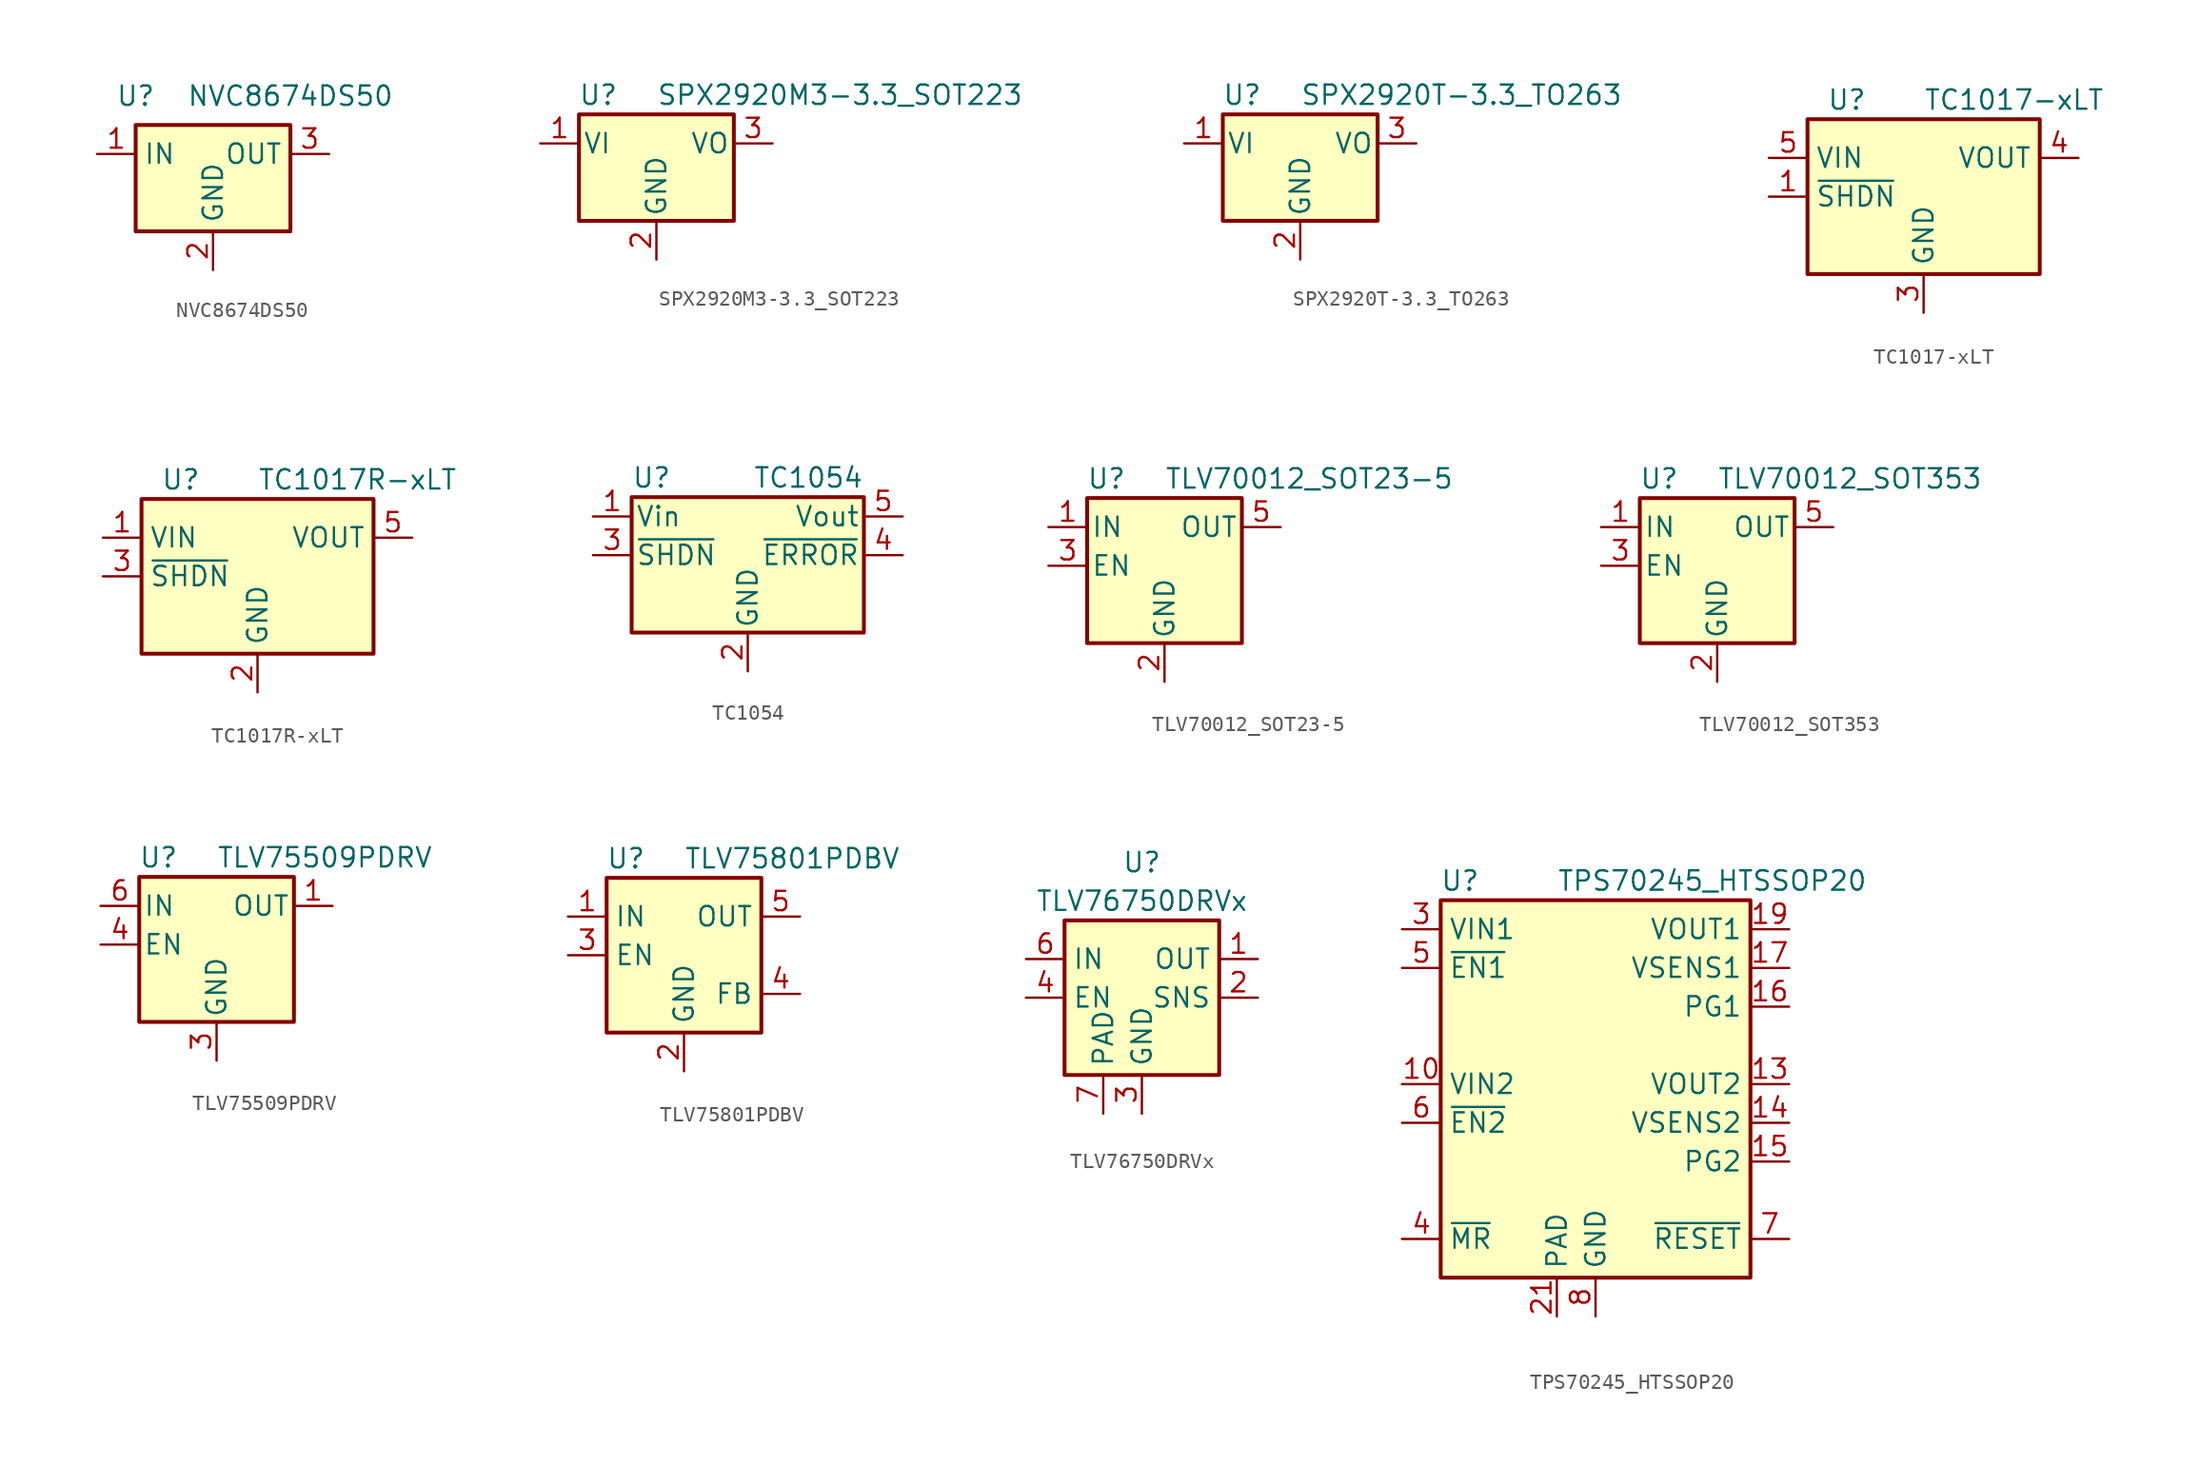
<source format=kicad_sym>
(kicad_symbol_lib
  (version 20211014)
  (generator kicad_symbol_editor)
  (symbol "NVC8674DS50"
    (property "Reference" "U"
      (at -5.08 3.81 0)
      (effects (font (size 1.27 1.27))))
    (property "Value" "NVC8674DS50"
      (at 5.08 3.81 0)
      (effects (font (size 1.27 1.27))))
    (symbol "NVC8674DS50_1_1"
      (rectangle (start -5.08 1.905) (end 5.08 -5.08) (stroke (width 0.254) (type default) (color 0 0 0 0)) (fill (type background)))
      (pin power_in line (at -7.62 0 0) (length 2.54) (name "IN" (effects (font (size 1.27 1.27)))) (number "1" (effects (font (size 1.27 1.27)))))
      (pin power_in line (at 0 -7.62 90) (length 2.54) (name "GND" (effects (font (size 1.27 1.27)))) (number "2" (effects (font (size 1.27 1.27)))))
      (pin power_out line (at 7.62 0 180) (length 2.54) (name "OUT" (effects (font (size 1.27 1.27)))) (number "3" (effects (font (size 1.27 1.27)))))))
  (symbol "SPX2920M3-3.3_SOT223"
    (pin_names
      (offset 0.254))
    (property "Reference" "U"
      (at -3.81 3.175 0)
      (effects (font (size 1.27 1.27))))
    (property "Value" "SPX2920M3-3.3_SOT223"
      (at 0 3.175 0)
      (effects (font (size 1.27 1.27)) (justify left)))
    (symbol "SPX2920M3-3.3_SOT223_0_1"
      (rectangle (start -5.08 -5.08) (end 5.08 1.905) (stroke (width 0.254) (type default) (color 0 0 0 0)) (fill (type background))))
    (symbol "SPX2920M3-3.3_SOT223_1_1"
      (pin power_in line (at -7.62 0 0) (length 2.54) (name "VI" (effects (font (size 1.27 1.27)))) (number "1" (effects (font (size 1.27 1.27)))))
      (pin power_in line (at 0 -7.62 90) (length 2.54) (name "GND" (effects (font (size 1.27 1.27)))) (number "2" (effects (font (size 1.27 1.27)))))
      (pin power_out line (at 7.62 0 180) (length 2.54) (name "VO" (effects (font (size 1.27 1.27)))) (number "3" (effects (font (size 1.27 1.27)))))))
  (symbol "SPX2920T-3.3_TO263"
    (pin_names
      (offset 0.254))
    (property "Reference" "U"
      (at -3.81 3.175 0)
      (effects (font (size 1.27 1.27))))
    (property "Value" "SPX2920T-3.3_TO263"
      (at 0 3.175 0)
      (effects (font (size 1.27 1.27)) (justify left)))
    (symbol "SPX2920T-3.3_TO263_0_1"
      (rectangle (start -5.08 -5.08) (end 5.08 1.905) (stroke (width 0.254) (type default) (color 0 0 0 0)) (fill (type background))))
    (symbol "SPX2920T-3.3_TO263_1_1"
      (pin power_in line (at -7.62 0 0) (length 2.54) (name "VI" (effects (font (size 1.27 1.27)))) (number "1" (effects (font (size 1.27 1.27)))))
      (pin power_in line (at 0 -7.62 90) (length 2.54) (name "GND" (effects (font (size 1.27 1.27)))) (number "2" (effects (font (size 1.27 1.27)))))
      (pin power_out line (at 7.62 0 180) (length 2.54) (name "VO" (effects (font (size 1.27 1.27)))) (number "3" (effects (font (size 1.27 1.27)))))))
  (symbol "TC1017-xLT"
    (property "Reference" "U"
      (at -6.35 6.35 0)
      (effects (font (size 1.27 1.27)) (justify left)))
    (property "Value" "TC1017-xLT"
      (at 0 6.35 0)
      (effects (font (size 1.27 1.27)) (justify left)))
    (symbol "TC1017-xLT_0_1"
      (rectangle (start -7.62 5.08) (end 7.62 -5.08) (stroke (width 0.254) (type default) (color 0 0 0 0)) (fill (type background))))
    (symbol "TC1017-xLT_1_1"
      (pin input line (at -10.16 0 0) (length 2.54) (name "~{SHDN}" (effects (font (size 1.27 1.27)))) (number "1" (effects (font (size 1.27 1.27)))))
      (pin no_connect line (at 7.62 0 180) (length 2.54) hide (name "NC" (effects (font (size 1.27 1.27)))) (number "2" (effects (font (size 1.27 1.27)))))
      (pin power_in line (at 0 -7.62 90) (length 2.54) (name "GND" (effects (font (size 1.27 1.27)))) (number "3" (effects (font (size 1.27 1.27)))))
      (pin power_out line (at 10.16 2.54 180) (length 2.54) (name "VOUT" (effects (font (size 1.27 1.27)))) (number "4" (effects (font (size 1.27 1.27)))))
      (pin power_in line (at -10.16 2.54 0) (length 2.54) (name "VIN" (effects (font (size 1.27 1.27)))) (number "5" (effects (font (size 1.27 1.27)))))))
  (symbol "TC1017R-xLT"
    (property "Reference" "U"
      (at -6.35 6.35 0)
      (effects (font (size 1.27 1.27)) (justify left)))
    (property "Value" "TC1017R-xLT"
      (at 0 6.35 0)
      (effects (font (size 1.27 1.27)) (justify left)))
    (symbol "TC1017R-xLT_0_1"
      (rectangle (start -7.62 5.08) (end 7.62 -5.08) (stroke (width 0.254) (type default) (color 0 0 0 0)) (fill (type background))))
    (symbol "TC1017R-xLT_1_1"
      (pin power_in line (at -10.16 2.54 0) (length 2.54) (name "VIN" (effects (font (size 1.27 1.27)))) (number "1" (effects (font (size 1.27 1.27)))))
      (pin power_in line (at 0 -7.62 90) (length 2.54) (name "GND" (effects (font (size 1.27 1.27)))) (number "2" (effects (font (size 1.27 1.27)))))
      (pin input line (at -10.16 0 0) (length 2.54) (name "~{SHDN}" (effects (font (size 1.27 1.27)))) (number "3" (effects (font (size 1.27 1.27)))))
      (pin no_connect line (at 7.62 0 180) (length 2.54) hide (name "NC" (effects (font (size 1.27 1.27)))) (number "4" (effects (font (size 1.27 1.27)))))
      (pin power_out line (at 10.16 2.54 180) (length 2.54) (name "VOUT" (effects (font (size 1.27 1.27)))) (number "5" (effects (font (size 1.27 1.27)))))))
  (symbol "TC1054"
    (pin_names
      (offset 0.254))
    (property "Reference" "U"
      (at -7.62 5.08 0)
      (effects (font (size 1.27 1.27)) (justify left)))
    (property "Value" "TC1054"
      (at 7.62 5.08 0)
      (effects (font (size 1.27 1.27)) (justify right)))
    (symbol "TC1054_0_1"
      (rectangle (start -7.62 3.81) (end 7.62 -5.08) (stroke (width 0.254) (type default) (color 0 0 0 0)) (fill (type background))))
    (symbol "TC1054_1_1"
      (pin power_in line (at -10.16 2.54 0) (length 2.54) (name "Vin" (effects (font (size 1.27 1.27)))) (number "1" (effects (font (size 1.27 1.27)))))
      (pin power_in line (at 0 -7.62 90) (length 2.54) (name "GND" (effects (font (size 1.27 1.27)))) (number "2" (effects (font (size 1.27 1.27)))))
      (pin input line (at -10.16 0 0) (length 2.54) (name "~{SHDN}" (effects (font (size 1.27 1.27)))) (number "3" (effects (font (size 1.27 1.27)))))
      (pin open_collector line (at 10.16 0 180) (length 2.54) (name "~{ERROR}" (effects (font (size 1.27 1.27)))) (number "4" (effects (font (size 1.27 1.27)))))
      (pin power_out line (at 10.16 2.54 180) (length 2.54) (name "Vout" (effects (font (size 1.27 1.27)))) (number "5" (effects (font (size 1.27 1.27)))))))
  (symbol "TLV70012_SOT23-5"
    (pin_names
      (offset 0.254))
    (property "Reference" "U"
      (at -3.81 5.715 0)
      (effects (font (size 1.27 1.27))))
    (property "Value" "TLV70012_SOT23-5"
      (at 0 5.715 0)
      (effects (font (size 1.27 1.27)) (justify left)))
    (symbol "TLV70012_SOT23-5_0_1"
      (rectangle (start -5.08 4.445) (end 5.08 -5.08) (stroke (width 0.254) (type default) (color 0 0 0 0)) (fill (type background))))
    (symbol "TLV70012_SOT23-5_1_1"
      (pin power_in line (at -7.62 2.54 0) (length 2.54) (name "IN" (effects (font (size 1.27 1.27)))) (number "1" (effects (font (size 1.27 1.27)))))
      (pin power_in line (at 0 -7.62 90) (length 2.54) (name "GND" (effects (font (size 1.27 1.27)))) (number "2" (effects (font (size 1.27 1.27)))))
      (pin input line (at -7.62 0 0) (length 2.54) (name "EN" (effects (font (size 1.27 1.27)))) (number "3" (effects (font (size 1.27 1.27)))))
      (pin no_connect line (at 5.08 0 180) (length 2.54) hide (name "NC" (effects (font (size 1.27 1.27)))) (number "4" (effects (font (size 1.27 1.27)))))
      (pin power_out line (at 7.62 2.54 180) (length 2.54) (name "OUT" (effects (font (size 1.27 1.27)))) (number "5" (effects (font (size 1.27 1.27)))))))
  (symbol "TLV70012_SOT353"
    (pin_names
      (offset 0.254))
    (property "Reference" "U"
      (at -3.81 5.715 0)
      (effects (font (size 1.27 1.27))))
    (property "Value" "TLV70012_SOT353"
      (at 0 5.715 0)
      (effects (font (size 1.27 1.27)) (justify left)))
    (symbol "TLV70012_SOT353_0_1"
      (rectangle (start -5.08 4.445) (end 5.08 -5.08) (stroke (width 0.254) (type default) (color 0 0 0 0)) (fill (type background))))
    (symbol "TLV70012_SOT353_1_1"
      (pin power_in line (at -7.62 2.54 0) (length 2.54) (name "IN" (effects (font (size 1.27 1.27)))) (number "1" (effects (font (size 1.27 1.27)))))
      (pin power_in line (at 0 -7.62 90) (length 2.54) (name "GND" (effects (font (size 1.27 1.27)))) (number "2" (effects (font (size 1.27 1.27)))))
      (pin input line (at -7.62 0 0) (length 2.54) (name "EN" (effects (font (size 1.27 1.27)))) (number "3" (effects (font (size 1.27 1.27)))))
      (pin no_connect line (at 5.08 0 180) (length 2.54) hide (name "NC" (effects (font (size 1.27 1.27)))) (number "4" (effects (font (size 1.27 1.27)))))
      (pin power_out line (at 7.62 2.54 180) (length 2.54) (name "OUT" (effects (font (size 1.27 1.27)))) (number "5" (effects (font (size 1.27 1.27)))))))
  (symbol "TLV75509PDRV"
    (pin_names
      (offset 0.254))
    (property "Reference" "U"
      (at -3.81 5.715 0)
      (effects (font (size 1.27 1.27))))
    (property "Value" "TLV75509PDRV"
      (at 0 5.715 0)
      (effects (font (size 1.27 1.27)) (justify left)))
    (symbol "TLV75509PDRV_0_1"
      (rectangle (start -5.08 4.445) (end 5.08 -5.08) (stroke (width 0.254) (type default) (color 0 0 0 0)) (fill (type background))))
    (symbol "TLV75509PDRV_1_1"
      (pin power_out line (at 7.62 2.54 180) (length 2.54) (name "OUT" (effects (font (size 1.27 1.27)))) (number "1" (effects (font (size 1.27 1.27)))))
      (pin no_connect line (at 5.08 0 180) (length 2.54) hide (name "NC" (effects (font (size 1.27 1.27)))) (number "2" (effects (font (size 1.27 1.27)))))
      (pin power_in line (at 0 -7.62 90) (length 2.54) (name "GND" (effects (font (size 1.27 1.27)))) (number "3" (effects (font (size 1.27 1.27)))))
      (pin input line (at -7.62 0 0) (length 2.54) (name "EN" (effects (font (size 1.27 1.27)))) (number "4" (effects (font (size 1.27 1.27)))))
      (pin no_connect line (at 5.08 -2.54 180) (length 2.54) hide (name "NC" (effects (font (size 1.27 1.27)))) (number "5" (effects (font (size 1.27 1.27)))))
      (pin power_in line (at -7.62 2.54 0) (length 2.54) (name "IN" (effects (font (size 1.27 1.27)))) (number "6" (effects (font (size 1.27 1.27)))))
      (pin passive line (at 0 -7.62 90) (length 2.54) hide (name "GND" (effects (font (size 1.27 1.27)))) (number "7" (effects (font (size 1.27 1.27)))))))
  (symbol "TLV75801PDBV"
    (property "Reference" "U"
      (at -3.81 6.35 0)
      (effects (font (size 1.27 1.27))))
    (property "Value" "TLV75801PDBV"
      (at 0 6.35 0)
      (effects (font (size 1.27 1.27)) (justify left)))
    (symbol "TLV75801PDBV_0_1"
      (rectangle (start 5.08 -5.08) (end -5.08 5.08) (stroke (width 0.254) (type default) (color 0 0 0 0)) (fill (type background))))
    (symbol "TLV75801PDBV_1_1"
      (pin power_in line (at -7.62 2.54 0) (length 2.54) (name "IN" (effects (font (size 1.27 1.27)))) (number "1" (effects (font (size 1.27 1.27)))))
      (pin power_in line (at 0 -7.62 90) (length 2.54) (name "GND" (effects (font (size 1.27 1.27)))) (number "2" (effects (font (size 1.27 1.27)))))
      (pin input line (at -7.62 0 0) (length 2.54) (name "EN" (effects (font (size 1.27 1.27)))) (number "3" (effects (font (size 1.27 1.27)))))
      (pin input line (at 7.62 -2.54 180) (length 2.54) (name "FB" (effects (font (size 1.27 1.27)))) (number "4" (effects (font (size 1.27 1.27)))))
      (pin power_out line (at 7.62 2.54 180) (length 2.54) (name "OUT" (effects (font (size 1.27 1.27)))) (number "5" (effects (font (size 1.27 1.27)))))))
  (symbol "TLV76750DRVx"
    (property "Reference" "U"
      (at 0 8.89 0)
      (effects (font (size 1.27 1.27))))
    (property "Value" "TLV76750DRVx"
      (at 0 6.35 0)
      (effects (font (size 1.27 1.27))))
    (symbol "TLV76750DRVx_0_1"
      (rectangle (start -5.08 -5.08) (end 5.08 5.08) (stroke (width 0.254) (type default) (color 0 0 0 0)) (fill (type background))))
    (symbol "TLV76750DRVx_1_1"
      (pin power_out line (at 7.62 2.54 180) (length 2.54) (name "OUT" (effects (font (size 1.27 1.27)))) (number "1" (effects (font (size 1.27 1.27)))))
      (pin input line (at 7.62 0 180) (length 2.54) (name "SNS" (effects (font (size 1.27 1.27)))) (number "2" (effects (font (size 1.27 1.27)))))
      (pin power_in line (at 0 -7.62 90) (length 2.54) (name "GND" (effects (font (size 1.27 1.27)))) (number "3" (effects (font (size 1.27 1.27)))))
      (pin input line (at -7.62 0 0) (length 2.54) (name "EN" (effects (font (size 1.27 1.27)))) (number "4" (effects (font (size 1.27 1.27)))))
      (pin passive line (at 0 -7.62 90) (length 2.54) hide (name "GND" (effects (font (size 1.27 1.27)))) (number "5" (effects (font (size 1.27 1.27)))))
      (pin power_in line (at -7.62 2.54 0) (length 2.54) (name "IN" (effects (font (size 1.27 1.27)))) (number "6" (effects (font (size 1.27 1.27)))))
      (pin passive line (at -2.54 -7.62 90) (length 2.54) (name "PAD" (effects (font (size 1.27 1.27)))) (number "7" (effects (font (size 1.27 1.27)))))))
  (symbol "TPS70245_HTSSOP20"
    (property "Reference" "U"
      (at -8.89 13.335 0)
      (effects (font (size 1.27 1.27))))
    (property "Value" "TPS70245_HTSSOP20"
      (at -2.54 13.335 0)
      (effects (font (size 1.27 1.27)) (justify left)))
    (symbol "TPS70245_HTSSOP20_0_1"
      (rectangle (start -10.16 12.065) (end 10.16 -12.7) (stroke (width 0.254) (type default) (color 0 0 0 0)) (fill (type background))))
    (symbol "TPS70245_HTSSOP20_1_1"
      (pin no_connect line (at -12.7 5.08 0) (length 2.54) hide (name "NC" (effects (font (size 1.27 1.27)))) (number "1" (effects (font (size 1.27 1.27)))))
      (pin power_in line (at -12.7 0 0) (length 2.54) (name "VIN2" (effects (font (size 1.27 1.27)))) (number "10" (effects (font (size 1.27 1.27)))))
      (pin no_connect line (at -12.7 -5.08 0) (length 2.54) hide (name "NC" (effects (font (size 1.27 1.27)))) (number "11" (effects (font (size 1.27 1.27)))))
      (pin passive line (at 12.7 0 180) (length 2.54) hide (name "VOUT2" (effects (font (size 1.27 1.27)))) (number "12" (effects (font (size 1.27 1.27)))))
      (pin power_out line (at 12.7 0 180) (length 2.54) (name "VOUT2" (effects (font (size 1.27 1.27)))) (number "13" (effects (font (size 1.27 1.27)))))
      (pin input line (at 12.7 -2.54 180) (length 2.54) (name "VSENS2" (effects (font (size 1.27 1.27)))) (number "14" (effects (font (size 1.27 1.27)))))
      (pin open_collector line (at 12.7 -5.08 180) (length 2.54) (name "PG2" (effects (font (size 1.27 1.27)))) (number "15" (effects (font (size 1.27 1.27)))))
      (pin open_collector line (at 12.7 5.08 180) (length 2.54) (name "PG1" (effects (font (size 1.27 1.27)))) (number "16" (effects (font (size 1.27 1.27)))))
      (pin input line (at 12.7 7.62 180) (length 2.54) (name "VSENS1" (effects (font (size 1.27 1.27)))) (number "17" (effects (font (size 1.27 1.27)))))
      (pin passive line (at 12.7 10.16 180) (length 2.54) hide (name "VOUT1" (effects (font (size 1.27 1.27)))) (number "18" (effects (font (size 1.27 1.27)))))
      (pin power_out line (at 12.7 10.16 180) (length 2.54) (name "VOUT1" (effects (font (size 1.27 1.27)))) (number "19" (effects (font (size 1.27 1.27)))))
      (pin passive line (at -12.7 10.16 0) (length 2.54) hide (name "VIN1" (effects (font (size 1.27 1.27)))) (number "2" (effects (font (size 1.27 1.27)))))
      (pin no_connect line (at 2.54 -15.24 90) (length 2.54) hide (name "NC" (effects (font (size 1.27 1.27)))) (number "20" (effects (font (size 1.27 1.27)))))
      (pin power_in line (at -2.54 -15.24 90) (length 2.54) (name "PAD" (effects (font (size 1.27 1.27)))) (number "21" (effects (font (size 1.27 1.27)))))
      (pin power_in line (at -12.7 10.16 0) (length 2.54) (name "VIN1" (effects (font (size 1.27 1.27)))) (number "3" (effects (font (size 1.27 1.27)))))
      (pin input line (at -12.7 -10.16 0) (length 2.54) (name "~{MR}" (effects (font (size 1.27 1.27)))) (number "4" (effects (font (size 1.27 1.27)))))
      (pin input line (at -12.7 7.62 0) (length 2.54) (name "~{EN1}" (effects (font (size 1.27 1.27)))) (number "5" (effects (font (size 1.27 1.27)))))
      (pin input line (at -12.7 -2.54 0) (length 2.54) (name "~{EN2}" (effects (font (size 1.27 1.27)))) (number "6" (effects (font (size 1.27 1.27)))))
      (pin open_collector line (at 12.7 -10.16 180) (length 2.54) (name "~{RESET}" (effects (font (size 1.27 1.27)))) (number "7" (effects (font (size 1.27 1.27)))))
      (pin power_in line (at 0 -15.24 90) (length 2.54) (name "GND" (effects (font (size 1.27 1.27)))) (number "8" (effects (font (size 1.27 1.27)))))
      (pin passive line (at -12.7 0 0) (length 2.54) hide (name "VIN2" (effects (font (size 1.27 1.27)))) (number "9" (effects (font (size 1.27 1.27))))))))
</source>
